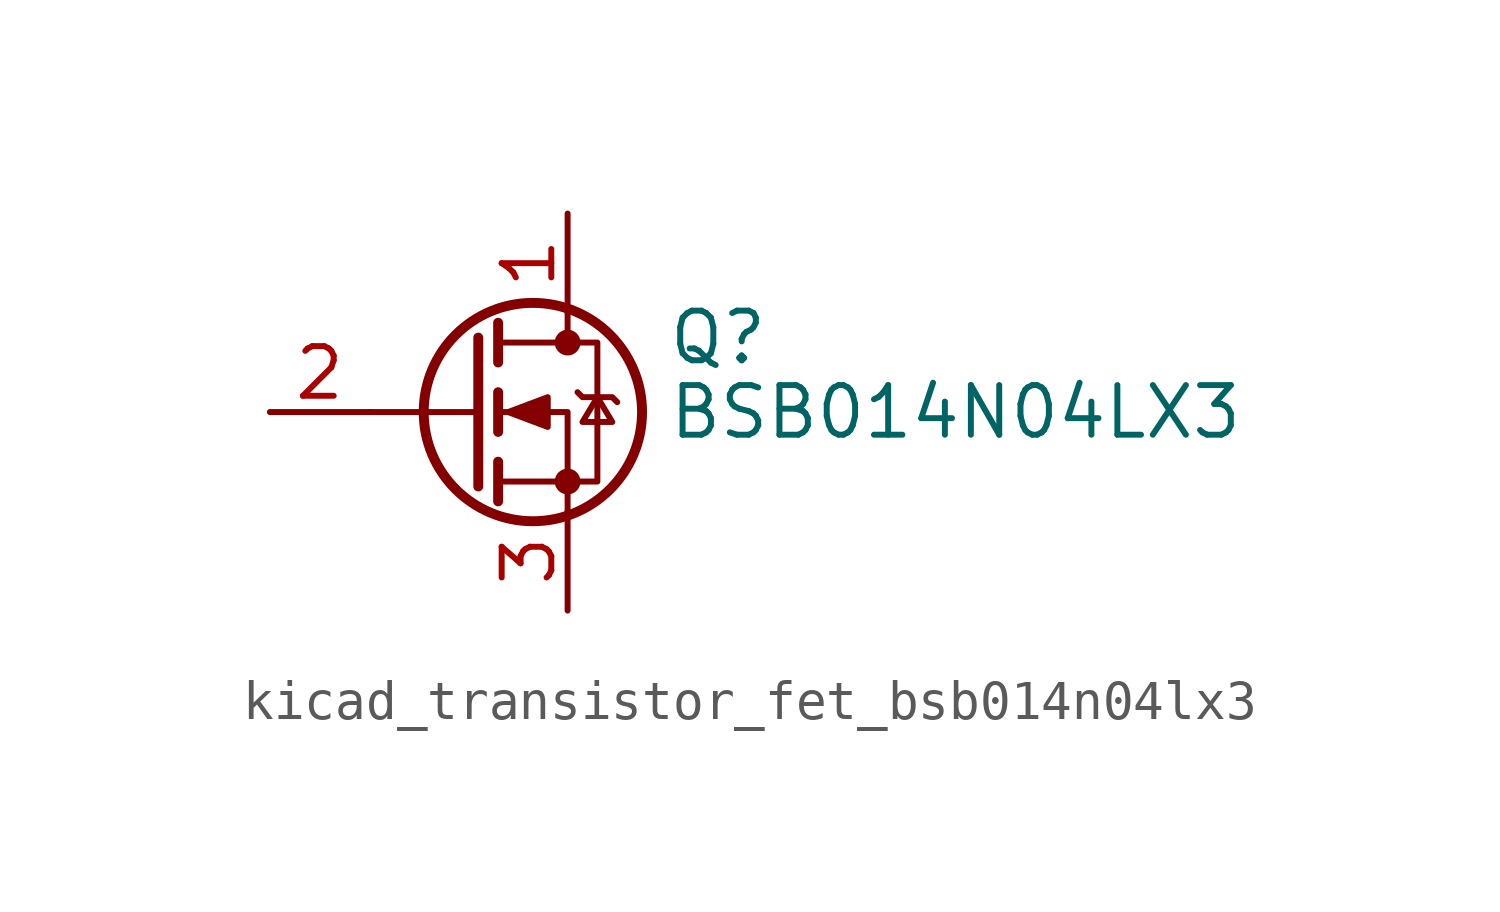
<source format=kicad_sym>
(kicad_symbol_lib
  (version 20220914)
  (generator kicad_symbol_editor)
  (symbol "kicad_transistor_fet_bsb014n04lx3"
    (pin_names hide)
    (property "Reference" "Q"
      (at 5.08 1.905 0)
      (effects (font (size 1.27 1.27)) (justify left)))
    (property "Value" "BSB014N04LX3"
      (at 5.08 0 0)
      (effects (font (size 1.27 1.27)) (justify left)))
    (symbol "kicad_transistor_fet_bsb014n04lx3_0_1"
      (polyline (pts (xy 0.254 0) (xy -2.54 0)) (stroke (width 0) (type default)) (fill (type none)))
      (polyline (pts (xy 0.254 1.905) (xy 0.254 -1.905)) (stroke (width 0.254) (type default)) (fill (type none)))
      (polyline (pts (xy 0.762 -1.27) (xy 0.762 -2.286)) (stroke (width 0.254) (type default)) (fill (type none)))
      (polyline (pts (xy 0.762 0.508) (xy 0.762 -0.508)) (stroke (width 0.254) (type default)) (fill (type none)))
      (polyline (pts (xy 0.762 2.286) (xy 0.762 1.27)) (stroke (width 0.254) (type default)) (fill (type none)))
      (polyline (pts (xy 2.54 2.54) (xy 2.54 1.778)) (stroke (width 0) (type default)) (fill (type none)))
      (polyline (pts (xy 2.54 -2.54) (xy 2.54 0) (xy 0.762 0)) (stroke (width 0) (type default)) (fill (type none)))
      (polyline (pts (xy 0.762 -1.778) (xy 3.302 -1.778) (xy 3.302 1.778) (xy 0.762 1.778)) (stroke (width 0) (type default)) (fill (type none)))
      (polyline (pts (xy 1.016 0) (xy 2.032 0.381) (xy 2.032 -0.381) (xy 1.016 0)) (stroke (width 0) (type default)) (fill (type outline)))
      (polyline (pts (xy 2.794 0.508) (xy 2.921 0.381) (xy 3.683 0.381) (xy 3.81 0.254)) (stroke (width 0) (type default)) (fill (type none)))
      (polyline (pts (xy 3.302 0.381) (xy 2.921 -0.254) (xy 3.683 -0.254) (xy 3.302 0.381)) (stroke (width 0) (type default)) (fill (type none)))
      (circle (center 1.651 0) (radius 2.794) (stroke (width 0.254) (type default)) (fill (type none)))
      (circle (center 2.54 -1.778) (radius 0.254) (stroke (width 0) (type default)) (fill (type outline)))
      (circle (center 2.54 1.778) (radius 0.254) (stroke (width 0) (type default)) (fill (type outline))))
    (symbol "kicad_transistor_fet_bsb014n04lx3_1_1"
      (pin passive line (at 2.54 5.08 270) (length 2.54) (name "D" (effects (font (size 1.27 1.27)))) (number "1" (effects (font (size 1.27 1.27)))))
      (pin input line (at -5.08 0 0) (length 2.54) (name "G" (effects (font (size 1.27 1.27)))) (number "2" (effects (font (size 1.27 1.27)))))
      (pin passive line (at 2.54 -5.08 90) (length 2.54) (name "S" (effects (font (size 1.27 1.27)))) (number "3" (effects (font (size 1.27 1.27))))))))
</source>
